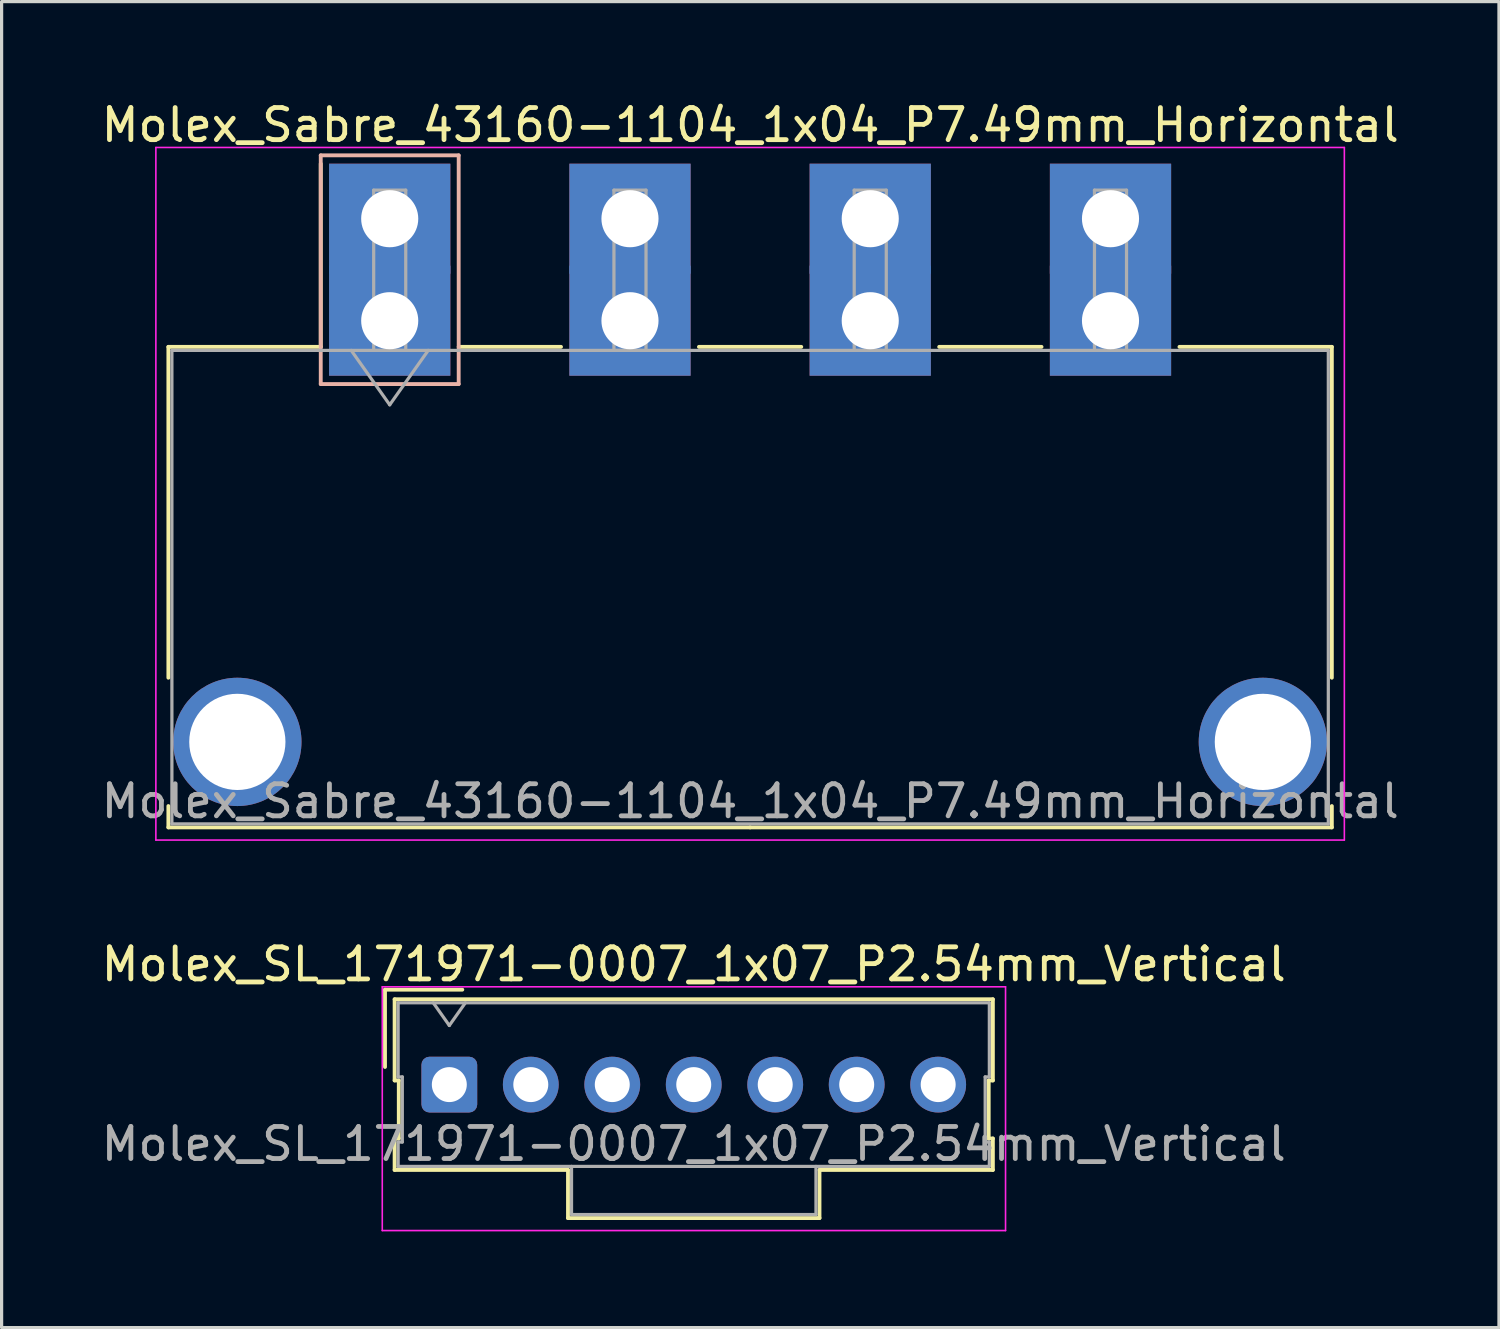
<source format=kicad_pcb>
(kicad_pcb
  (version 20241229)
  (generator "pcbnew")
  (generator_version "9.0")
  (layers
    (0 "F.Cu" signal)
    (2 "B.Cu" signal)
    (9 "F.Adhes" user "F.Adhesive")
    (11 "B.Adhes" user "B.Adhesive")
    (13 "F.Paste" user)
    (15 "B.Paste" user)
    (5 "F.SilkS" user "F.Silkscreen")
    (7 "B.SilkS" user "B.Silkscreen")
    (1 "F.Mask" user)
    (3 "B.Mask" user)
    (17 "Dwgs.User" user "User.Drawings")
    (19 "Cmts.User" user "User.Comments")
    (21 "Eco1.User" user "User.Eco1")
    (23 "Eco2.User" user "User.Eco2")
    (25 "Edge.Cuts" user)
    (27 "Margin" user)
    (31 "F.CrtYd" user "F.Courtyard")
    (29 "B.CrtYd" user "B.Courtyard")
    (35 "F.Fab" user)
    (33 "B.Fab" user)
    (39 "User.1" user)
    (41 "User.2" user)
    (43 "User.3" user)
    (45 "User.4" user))
  (footprint "Molex_SL_171971-0007_1x07_P2.54mm_Vertical"
    (layer "F.Cu")
    (at 10.957 30.762)
    (property "Reference" "Molex_SL_171971-0007_1x07_P2.54mm_Vertical" (at 7.62 -3.75 0) (layer "F.SilkS") (effects (font (size 1 1) (thickness 0.15))))
    (attr through_hole)
    (fp_line (start -2.005 -2.96) (end 0.405 -2.96) (stroke (width 0.12) (type solid)) (layer "F.SilkS"))
    (fp_line (start -2.005 -0.55) (end -2.005 -2.96) (stroke (width 0.12) (type solid)) (layer "F.SilkS"))
    (fp_line (start -1.705 -2.66) (end -1.705 -0.13) (stroke (width 0.12) (type solid)) (layer "F.SilkS"))
    (fp_line (start -1.705 -0.13) (end -1.575 -0.13) (stroke (width 0.12) (type solid)) (layer "F.SilkS"))
    (fp_line (start -1.705 1.68) (end -1.705 2.66) (stroke (width 0.12) (type solid)) (layer "F.SilkS"))
    (fp_line (start -1.705 2.66) (end 3.7 2.66) (stroke (width 0.12) (type solid)) (layer "F.SilkS"))
    (fp_line (start -1.575 -0.13) (end -1.575 1.68) (stroke (width 0.12) (type solid)) (layer "F.SilkS"))
    (fp_line (start -1.575 1.68) (end -1.705 1.68) (stroke (width 0.12) (type solid)) (layer "F.SilkS"))
    (fp_line (start 3.7 2.66) (end 3.7 4.16) (stroke (width 0.12) (type solid)) (layer "F.SilkS"))
    (fp_line (start 3.7 4.16) (end 11.54 4.16) (stroke (width 0.12) (type solid)) (layer "F.SilkS"))
    (fp_line (start 11.54 2.66) (end 16.945 2.66) (stroke (width 0.12) (type solid)) (layer "F.SilkS"))
    (fp_line (start 11.54 4.16) (end 11.54 2.66) (stroke (width 0.12) (type solid)) (layer "F.SilkS"))
    (fp_line (start 16.815 -0.13) (end 16.945 -0.13) (stroke (width 0.12) (type solid)) (layer "F.SilkS"))
    (fp_line (start 16.815 1.68) (end 16.815 -0.13) (stroke (width 0.12) (type solid)) (layer "F.SilkS"))
    (fp_line (start 16.945 -2.66) (end -1.705 -2.66) (stroke (width 0.12) (type solid)) (layer "F.SilkS"))
    (fp_line (start 16.945 -0.13) (end 16.945 -2.66) (stroke (width 0.12) (type solid)) (layer "F.SilkS"))
    (fp_line (start 16.945 1.68) (end 16.815 1.68) (stroke (width 0.12) (type solid)) (layer "F.SilkS"))
    (fp_line (start 16.945 2.66) (end 16.945 1.68) (stroke (width 0.12) (type solid)) (layer "F.SilkS"))
    (fp_line (start -2.09 -3.05) (end -2.09 4.55) (stroke (width 0.05) (type solid)) (layer "F.CrtYd"))
    (fp_line (start -2.09 4.55) (end 17.34 4.55) (stroke (width 0.05) (type solid)) (layer "F.CrtYd"))
    (fp_line (start 17.34 -3.05) (end -2.09 -3.05) (stroke (width 0.05) (type solid)) (layer "F.CrtYd"))
    (fp_line (start 17.34 4.55) (end 17.34 -3.05) (stroke (width 0.05) (type solid)) (layer "F.CrtYd"))
    (fp_line (start -1.595 -2.55) (end -1.595 -0.24) (stroke (width 0.1) (type solid)) (layer "F.Fab"))
    (fp_line (start -1.595 -0.24) (end -1.465 -0.24) (stroke (width 0.1) (type solid)) (layer "F.Fab"))
    (fp_line (start -1.595 1.79) (end -1.595 2.55) (stroke (width 0.1) (type solid)) (layer "F.Fab"))
    (fp_line (start -1.595 2.55) (end 16.835 2.55) (stroke (width 0.1) (type solid)) (layer "F.Fab"))
    (fp_line (start -1.465 -0.24) (end -1.465 1.79) (stroke (width 0.1) (type solid)) (layer "F.Fab"))
    (fp_line (start -1.465 1.79) (end -1.595 1.79) (stroke (width 0.1) (type solid)) (layer "F.Fab"))
    (fp_line (start 0 -1.843) (end -0.5 -2.55) (stroke (width 0.1) (type solid)) (layer "F.Fab"))
    (fp_line (start 0.5 -2.55) (end 0 -1.843) (stroke (width 0.1) (type solid)) (layer "F.Fab"))
    (fp_line (start 3.81 2.55) (end 3.81 4.05) (stroke (width 0.1) (type solid)) (layer "F.Fab"))
    (fp_line (start 3.81 4.05) (end 11.43 4.05) (stroke (width 0.1) (type solid)) (layer "F.Fab"))
    (fp_line (start 11.43 4.05) (end 11.43 2.55) (stroke (width 0.1) (type solid)) (layer "F.Fab"))
    (fp_line (start 16.705 -0.24) (end 16.835 -0.24) (stroke (width 0.1) (type solid)) (layer "F.Fab"))
    (fp_line (start 16.705 1.79) (end 16.705 -0.24) (stroke (width 0.1) (type solid)) (layer "F.Fab"))
    (fp_line (start 16.835 -2.55) (end -1.595 -2.55) (stroke (width 0.1) (type solid)) (layer "F.Fab"))
    (fp_line (start 16.835 -0.24) (end 16.835 -2.55) (stroke (width 0.1) (type solid)) (layer "F.Fab"))
    (fp_line (start 16.835 1.79) (end 16.705 1.79) (stroke (width 0.1) (type solid)) (layer "F.Fab"))
    (fp_line (start 16.835 2.55) (end 16.835 1.79) (stroke (width 0.1) (type solid)) (layer "F.Fab"))
    (fp_text user "${REFERENCE}" (at 7.62 1.85 0) (layer "F.Fab") (effects (font (size 1 1) (thickness 0.15))))
    (pad "1" thru_hole roundrect (at 0 0) (size 1.74 1.74) (drill 1.09) (layers "*.Cu" "*.Mask") (roundrect_rratio 0.144))
    (pad "2" thru_hole circle (at 2.54 0) (size 1.74 1.74) (drill 1.09) (layers "*.Cu" "*.Mask"))
    (pad "3" thru_hole circle (at 5.08 0) (size 1.74 1.74) (drill 1.09) (layers "*.Cu" "*.Mask"))
    (pad "4" thru_hole circle (at 7.62 0) (size 1.74 1.74) (drill 1.09) (layers "*.Cu" "*.Mask"))
    (pad "5" thru_hole circle (at 10.16 0) (size 1.74 1.74) (drill 1.09) (layers "*.Cu" "*.Mask"))
    (pad "6" thru_hole circle (at 12.7 0) (size 1.74 1.74) (drill 1.09) (layers "*.Cu" "*.Mask"))
    (pad "7" thru_hole circle (at 15.24 0) (size 1.74 1.74) (drill 1.09) (layers "*.Cu" "*.Mask")))
  (footprint "Molex_Sabre_43160-1104_1x04_P7.49mm_Horizontal"
    (layer "F.Cu")
    (at 9.099 6.948)
    (property "Reference" "Molex_Sabre_43160-1104_1x04_P7.49mm_Horizontal" (at 11.24 -6.1 0) (layer "F.SilkS") (effects (font (size 1 1) (thickness 0.15))))
    (attr through_hole)
    (fp_line (start -6.9 0.815) (end -6.9 11.13) (stroke (width 0.12) (type solid)) (layer "F.SilkS"))
    (fp_line (start -6.9 15.13) (end -6.9 15.795) (stroke (width 0.12) (type solid)) (layer "F.SilkS"))
    (fp_line (start -6.9 15.795) (end 11.235 15.795) (stroke (width 0.12) (type solid)) (layer "F.SilkS"))
    (fp_line (start -2.15 0.815) (end -6.9 0.815) (stroke (width 0.12) (type solid)) (layer "F.SilkS"))
    (fp_line (start -2.15 0.815) (end -2.15 -4.895) (stroke (width 0.12) (type solid)) (layer "F.SilkS"))
    (fp_line (start 2.15 0.815) (end 5.34 0.815) (stroke (width 0.12) (type solid)) (layer "F.SilkS"))
    (fp_line (start 9.64 0.815) (end 12.83 0.815) (stroke (width 0.12) (type solid)) (layer "F.SilkS"))
    (fp_line (start 17.13 0.815) (end 20.32 0.815) (stroke (width 0.12) (type solid)) (layer "F.SilkS"))
    (fp_line (start 24.62 0.815) (end 29.37 0.815) (stroke (width 0.12) (type solid)) (layer "F.SilkS"))
    (fp_line (start 29.37 0.815) (end 29.37 11.13) (stroke (width 0.12) (type solid)) (layer "F.SilkS"))
    (fp_line (start 29.37 15.13) (end 29.37 15.795) (stroke (width 0.12) (type solid)) (layer "F.SilkS"))
    (fp_line (start 29.37 15.795) (end 11.235 15.795) (stroke (width 0.12) (type solid)) (layer "F.SilkS"))
    (fp_line (start -2.15 -5.155) (end -2.15 1.975) (stroke (width 0.12) (type solid)) (layer "B.SilkS"))
    (fp_line (start -2.15 1.975) (end 2.15 1.975) (stroke (width 0.12) (type solid)) (layer "B.SilkS"))
    (fp_line (start 2.15 -5.155) (end -2.15 -5.155) (stroke (width 0.12) (type solid)) (layer "B.SilkS"))
    (fp_line (start 2.15 1.975) (end 2.15 -5.155) (stroke (width 0.12) (type solid)) (layer "B.SilkS"))
    (fp_line (start -7.29 -5.4) (end -7.29 16.19) (stroke (width 0.05) (type solid)) (layer "F.CrtYd"))
    (fp_line (start -7.29 16.19) (end 29.76 16.19) (stroke (width 0.05) (type solid)) (layer "F.CrtYd"))
    (fp_line (start 29.76 -5.4) (end -7.29 -5.4) (stroke (width 0.05) (type solid)) (layer "F.CrtYd"))
    (fp_line (start 29.76 16.19) (end 29.76 -5.4) (stroke (width 0.05) (type solid)) (layer "F.CrtYd"))
    (fp_line (start -6.79 0.925) (end -6.79 15.685) (stroke (width 0.1) (type solid)) (layer "F.Fab"))
    (fp_line (start -6.79 15.685) (end 29.26 15.685) (stroke (width 0.1) (type solid)) (layer "F.Fab"))
    (fp_line (start -1.2 0.925) (end 0 2.622) (stroke (width 0.1) (type solid)) (layer "F.Fab"))
    (fp_line (start -0.5 -4.07) (end 0.5 -4.07) (stroke (width 0.1) (type solid)) (layer "F.Fab"))
    (fp_line (start -0.5 0.925) (end -0.5 -4.07) (stroke (width 0.1) (type solid)) (layer "F.Fab"))
    (fp_line (start 0 2.622) (end 1.2 0.925) (stroke (width 0.1) (type solid)) (layer "F.Fab"))
    (fp_line (start 0.5 -4.07) (end 0.5 0.925) (stroke (width 0.1) (type solid)) (layer "F.Fab"))
    (fp_line (start 0.5 0.925) (end -0.5 0.925) (stroke (width 0.1) (type solid)) (layer "F.Fab"))
    (fp_line (start 6.99 -4.07) (end 7.99 -4.07) (stroke (width 0.1) (type solid)) (layer "F.Fab"))
    (fp_line (start 6.99 0.925) (end 6.99 -4.07) (stroke (width 0.1) (type solid)) (layer "F.Fab"))
    (fp_line (start 7.99 -4.07) (end 7.99 0.925) (stroke (width 0.1) (type solid)) (layer "F.Fab"))
    (fp_line (start 7.99 0.925) (end 6.99 0.925) (stroke (width 0.1) (type solid)) (layer "F.Fab"))
    (fp_line (start 14.48 -4.07) (end 15.48 -4.07) (stroke (width 0.1) (type solid)) (layer "F.Fab"))
    (fp_line (start 14.48 0.925) (end 14.48 -4.07) (stroke (width 0.1) (type solid)) (layer "F.Fab"))
    (fp_line (start 15.48 -4.07) (end 15.48 0.925) (stroke (width 0.1) (type solid)) (layer "F.Fab"))
    (fp_line (start 15.48 0.925) (end 14.48 0.925) (stroke (width 0.1) (type solid)) (layer "F.Fab"))
    (fp_line (start 21.97 -4.07) (end 22.97 -4.07) (stroke (width 0.1) (type solid)) (layer "F.Fab"))
    (fp_line (start 21.97 0.925) (end 21.97 -4.07) (stroke (width 0.1) (type solid)) (layer "F.Fab"))
    (fp_line (start 22.97 -4.07) (end 22.97 0.925) (stroke (width 0.1) (type solid)) (layer "F.Fab"))
    (fp_line (start 22.97 0.925) (end 21.97 0.925) (stroke (width 0.1) (type solid)) (layer "F.Fab"))
    (fp_line (start 29.26 0.925) (end -6.79 0.925) (stroke (width 0.1) (type solid)) (layer "F.Fab"))
    (fp_line (start 29.26 15.685) (end 29.26 0.925) (stroke (width 0.1) (type solid)) (layer "F.Fab"))
    (fp_text user "${REFERENCE}" (at 11.24 14.98 0) (layer "F.Fab") (effects (font (size 1 1) (thickness 0.15))))
    (pad "" thru_hole circle (at -4.75 13.13) (size 4 4) (drill 3) (layers "*.Cu" "*.Mask"))
    (pad "" thru_hole circle (at 27.22 13.13) (size 4 4) (drill 3) (layers "*.Cu" "*.Mask"))
    (pad "1" thru_hole rect (at 0 -3.18) (size 3.78 3.43) (drill 1.78) (layers "*.Cu" "*.Mask"))
    (pad "1" thru_hole rect (at 0 0) (size 3.78 3.43) (drill 1.78) (layers "*.Cu" "*.Mask"))
    (pad "2" thru_hole rect (at 7.49 -3.18) (size 3.78 3.43) (drill 1.78) (layers "*.Cu" "*.Mask"))
    (pad "2" thru_hole rect (at 7.49 0) (size 3.78 3.43) (drill 1.78) (layers "*.Cu" "*.Mask"))
    (pad "3" thru_hole rect (at 14.98 -3.18) (size 3.78 3.43) (drill 1.78) (layers "*.Cu" "*.Mask"))
    (pad "3" thru_hole rect (at 14.98 0) (size 3.78 3.43) (drill 1.78) (layers "*.Cu" "*.Mask"))
    (pad "4" thru_hole rect (at 22.47 -3.18) (size 3.78 3.43) (drill 1.78) (layers "*.Cu" "*.Mask"))
    (pad "4" thru_hole rect (at 22.47 0) (size 3.78 3.43) (drill 1.78) (layers "*.Cu" "*.Mask")))
  (gr_rect
    (start -3 -3)
    (end 43.679 38.337)
    (stroke (width 0.1) (type default))
    (fill no)
    (layer "Edge.Cuts")))
</source>
